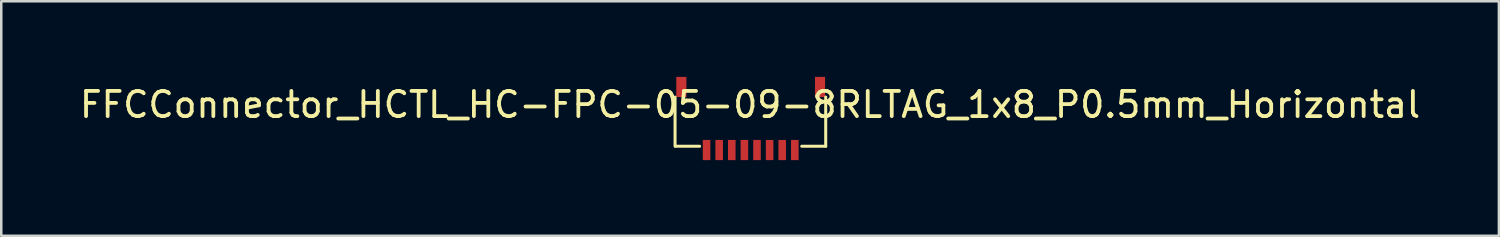
<source format=kicad_pcb>
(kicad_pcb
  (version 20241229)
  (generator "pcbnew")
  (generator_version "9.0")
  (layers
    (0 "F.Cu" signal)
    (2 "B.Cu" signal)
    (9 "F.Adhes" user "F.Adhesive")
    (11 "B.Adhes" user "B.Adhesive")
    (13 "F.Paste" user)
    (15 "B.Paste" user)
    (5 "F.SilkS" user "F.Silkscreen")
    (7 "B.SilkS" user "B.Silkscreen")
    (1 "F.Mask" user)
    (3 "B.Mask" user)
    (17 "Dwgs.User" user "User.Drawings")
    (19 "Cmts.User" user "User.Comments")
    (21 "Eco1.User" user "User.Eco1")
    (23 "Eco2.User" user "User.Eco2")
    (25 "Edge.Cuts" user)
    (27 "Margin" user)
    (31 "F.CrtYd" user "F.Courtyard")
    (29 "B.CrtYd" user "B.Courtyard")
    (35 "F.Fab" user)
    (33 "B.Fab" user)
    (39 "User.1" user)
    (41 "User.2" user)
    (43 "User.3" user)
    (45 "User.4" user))
  (footprint "FFCConnector_HCTL_HC-FPC-05-09-8RLTAG_1x8_P0.5mm_Horizontal"
    (layer "F.Cu")
    (at 26.696 2.75)
    (property "Reference" "FFCConnector_HCTL_HC-FPC-05-09-8RLTAG_1x8_P0.5mm_Horizontal" (at 0 -1.65 0) (unlocked yes) (layer "F.SilkS") (effects (font (size 1 1) (thickness 0.15))))
    (attr smd)
    (fp_line (start -2.975 -1.95) (end -2.975 0) (stroke (width 0.12) (type default)) (layer "F.SilkS"))
    (fp_line (start -2 0) (end -2.95 0) (stroke (width 0.12) (type default)) (layer "F.SilkS"))
    (fp_line (start 3 -1.95) (end 3 0) (stroke (width 0.12) (type default)) (layer "F.SilkS"))
    (fp_line (start 3 0) (end 2.05 0) (stroke (width 0.12) (type default)) (layer "F.SilkS"))
    (pad "1" smd rect (at 1.775 0.15 180) (size 0.3 0.8) (layers "F.Cu" "F.Mask" "F.Paste"))
    (pad "2" smd rect (at 1.275 0.15 180) (size 0.3 0.8) (layers "F.Cu" "F.Mask" "F.Paste"))
    (pad "3" smd rect (at 0.775 0.15 180) (size 0.3 0.8) (layers "F.Cu" "F.Mask" "F.Paste"))
    (pad "4" smd rect (at 0.275 0.15 180) (size 0.3 0.8) (layers "F.Cu" "F.Mask" "F.Paste"))
    (pad "5" smd rect (at -0.225 0.15 180) (size 0.3 0.8) (layers "F.Cu" "F.Mask" "F.Paste"))
    (pad "6" smd rect (at -0.725 0.15 180) (size 0.3 0.8) (layers "F.Cu" "F.Mask" "F.Paste"))
    (pad "7" smd rect (at -1.225 0.15 180) (size 0.3 0.8) (layers "F.Cu" "F.Mask" "F.Paste"))
    (pad "8" smd rect (at -1.725 0.15 180) (size 0.3 0.8) (layers "F.Cu" "F.Mask" "F.Paste"))
    (pad "MP" smd rect (at -2.725 -2.35 180) (size 0.4 0.8) (layers "F.Cu" "F.Mask" "F.Paste"))
    (pad "MP" smd rect (at 2.775 -2.35 180) (size 0.4 0.8) (layers "F.Cu" "F.Mask" "F.Paste")))
  (gr_rect
    (start -3 -3)
    (end 56.393 6.3)
    (stroke (width 0.1) (type default))
    (fill no)
    (layer "Edge.Cuts")))
</source>
